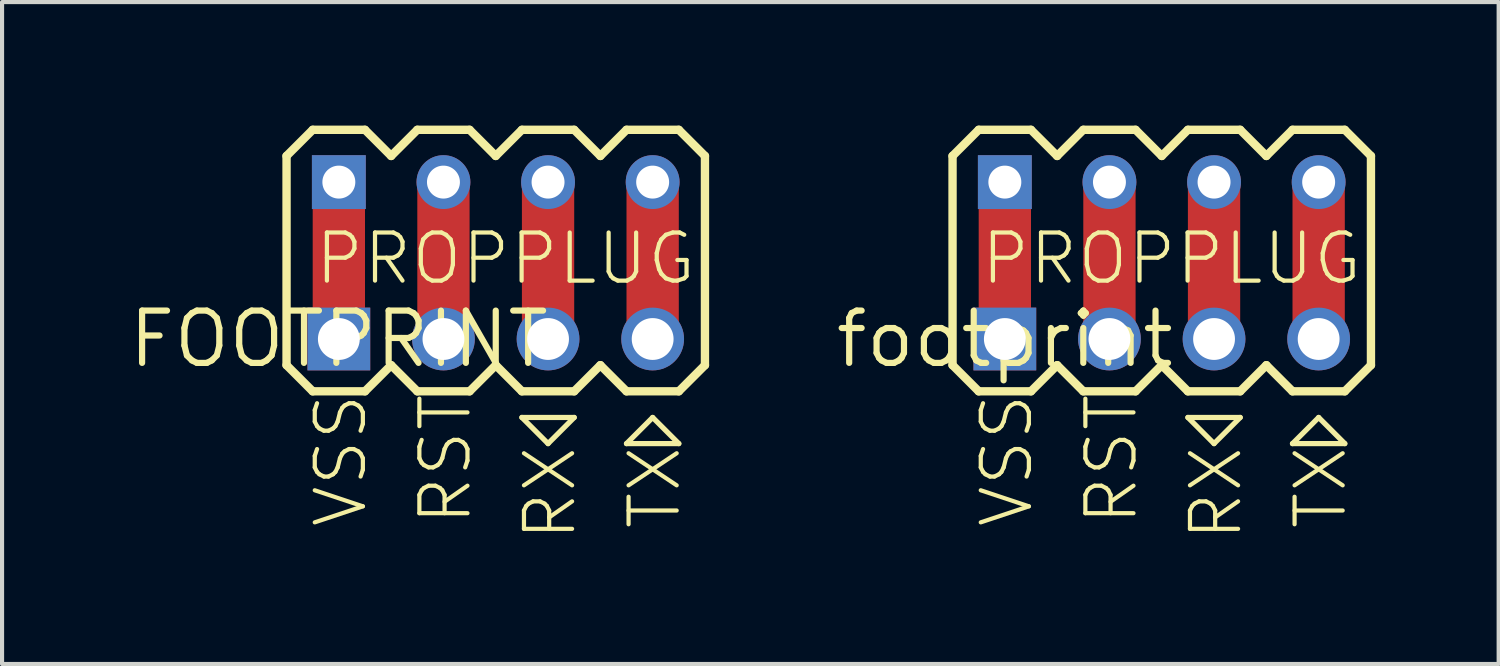
<source format=kicad_pcb>
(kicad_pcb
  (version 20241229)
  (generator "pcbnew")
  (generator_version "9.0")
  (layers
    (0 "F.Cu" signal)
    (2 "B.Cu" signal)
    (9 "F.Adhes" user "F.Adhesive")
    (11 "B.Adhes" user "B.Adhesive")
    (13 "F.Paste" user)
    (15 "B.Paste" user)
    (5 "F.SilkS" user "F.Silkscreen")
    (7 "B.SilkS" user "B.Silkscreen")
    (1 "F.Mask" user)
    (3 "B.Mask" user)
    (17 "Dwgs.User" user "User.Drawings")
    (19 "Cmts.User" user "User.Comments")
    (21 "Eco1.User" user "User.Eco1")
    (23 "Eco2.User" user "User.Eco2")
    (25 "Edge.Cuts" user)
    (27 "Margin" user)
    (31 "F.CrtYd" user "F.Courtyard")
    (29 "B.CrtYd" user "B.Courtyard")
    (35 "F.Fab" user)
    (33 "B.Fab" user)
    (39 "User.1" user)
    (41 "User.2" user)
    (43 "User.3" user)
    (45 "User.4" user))
  (footprint "footprint"
    (layer "F.Cu")
    (at 21.35 5.182)
    (property "Reference" "footprint" (at 0 0 0) (layer "F.SilkS") (effects (font (size 1.27 1.27) (thickness 0.15))))
    (fp_line (start 0 0) (end 0 -3.81) (stroke (width 1.27) (type solid)) (layer "F.Cu"))
    (fp_line (start 2.54 0) (end 2.54 -3.81) (stroke (width 1.27) (type solid)) (layer "F.Cu"))
    (fp_line (start 5.08 0) (end 5.08 -3.81) (stroke (width 1.27) (type solid)) (layer "F.Cu"))
    (fp_line (start 7.62 0) (end 7.62 -3.81) (stroke (width 1.27) (type solid)) (layer "F.Cu"))
    (fp_line (start -1.27 -4.445) (end -1.27 0.635) (stroke (width 0.203) (type solid)) (layer "F.SilkS"))
    (fp_line (start -1.27 0.635) (end -0.635 1.27) (stroke (width 0.203) (type solid)) (layer "F.SilkS"))
    (fp_line (start -0.635 -5.08) (end -1.27 -4.445) (stroke (width 0.203) (type solid)) (layer "F.SilkS"))
    (fp_line (start -0.635 -5.08) (end 0.635 -5.08) (stroke (width 0.203) (type solid)) (layer "F.SilkS"))
    (fp_line (start 0.635 -5.08) (end 1.27 -4.445) (stroke (width 0.203) (type solid)) (layer "F.SilkS"))
    (fp_line (start 0.635 1.27) (end -0.635 1.27) (stroke (width 0.203) (type solid)) (layer "F.SilkS"))
    (fp_line (start 1.27 -4.445) (end 1.905 -5.08) (stroke (width 0.203) (type solid)) (layer "F.SilkS"))
    (fp_line (start 1.27 0.635) (end 0.635 1.27) (stroke (width 0.203) (type solid)) (layer "F.SilkS"))
    (fp_line (start 1.905 -5.08) (end 3.175 -5.08) (stroke (width 0.203) (type solid)) (layer "F.SilkS"))
    (fp_line (start 1.905 1.27) (end 1.27 0.635) (stroke (width 0.203) (type solid)) (layer "F.SilkS"))
    (fp_line (start 3.175 -5.08) (end 3.81 -4.445) (stroke (width 0.203) (type solid)) (layer "F.SilkS"))
    (fp_line (start 3.175 1.27) (end 1.905 1.27) (stroke (width 0.203) (type solid)) (layer "F.SilkS"))
    (fp_line (start 3.81 -4.445) (end 4.445 -5.08) (stroke (width 0.203) (type solid)) (layer "F.SilkS"))
    (fp_line (start 3.81 0.635) (end 3.175 1.27) (stroke (width 0.203) (type solid)) (layer "F.SilkS"))
    (fp_line (start 4.445 -5.08) (end 5.715 -5.08) (stroke (width 0.203) (type solid)) (layer "F.SilkS"))
    (fp_line (start 4.445 1.27) (end 3.81 0.635) (stroke (width 0.203) (type solid)) (layer "F.SilkS"))
    (fp_line (start 4.445 1.905) (end 5.715 1.905) (stroke (width 0.127) (type solid)) (layer "F.SilkS"))
    (fp_line (start 5.08 2.54) (end 4.445 1.905) (stroke (width 0.127) (type solid)) (layer "F.SilkS"))
    (fp_line (start 5.715 -5.08) (end 6.35 -4.445) (stroke (width 0.203) (type solid)) (layer "F.SilkS"))
    (fp_line (start 5.715 1.27) (end 4.445 1.27) (stroke (width 0.203) (type solid)) (layer "F.SilkS"))
    (fp_line (start 5.715 1.905) (end 5.08 2.54) (stroke (width 0.127) (type solid)) (layer "F.SilkS"))
    (fp_line (start 6.35 0.635) (end 5.715 1.27) (stroke (width 0.203) (type solid)) (layer "F.SilkS"))
    (fp_line (start 6.35 0.635) (end 6.985 1.27) (stroke (width 0.203) (type solid)) (layer "F.SilkS"))
    (fp_line (start 6.985 -5.08) (end 6.35 -4.445) (stroke (width 0.203) (type solid)) (layer "F.SilkS"))
    (fp_line (start 6.985 -5.08) (end 8.255 -5.08) (stroke (width 0.203) (type solid)) (layer "F.SilkS"))
    (fp_line (start 6.985 2.54) (end 8.255 2.54) (stroke (width 0.127) (type solid)) (layer "F.SilkS"))
    (fp_line (start 7.62 1.905) (end 6.985 2.54) (stroke (width 0.127) (type solid)) (layer "F.SilkS"))
    (fp_line (start 8.255 -5.08) (end 8.89 -4.445) (stroke (width 0.203) (type solid)) (layer "F.SilkS"))
    (fp_line (start 8.255 1.27) (end 6.985 1.27) (stroke (width 0.203) (type solid)) (layer "F.SilkS"))
    (fp_line (start 8.255 2.54) (end 7.62 1.905) (stroke (width 0.127) (type solid)) (layer "F.SilkS"))
    (fp_line (start 8.89 -4.445) (end 8.89 0.635) (stroke (width 0.203) (type solid)) (layer "F.SilkS"))
    (fp_line (start 8.89 0.635) (end 8.255 1.27) (stroke (width 0.203) (type solid)) (layer "F.SilkS"))
    (fp_poly (pts (xy -0.254 0.254) (xy 0.254 0.254) (xy 0.254 -0.254) (xy -0.254 -0.254)) (stroke (width 0.1) (type solid)) (fill no) (layer "F.Fab"))
    (fp_poly (pts (xy 2.286 0.254) (xy 2.794 0.254) (xy 2.794 -0.254) (xy 2.286 -0.254)) (stroke (width 0.1) (type solid)) (fill no) (layer "F.Fab"))
    (fp_poly (pts (xy 4.826 0.254) (xy 5.334 0.254) (xy 5.334 -0.254) (xy 4.826 -0.254)) (stroke (width 0.1) (type solid)) (fill no) (layer "F.Fab"))
    (fp_poly (pts (xy 7.366 0.254) (xy 7.874 0.254) (xy 7.874 -0.254) (xy 7.366 -0.254)) (stroke (width 0.1) (type solid)) (fill no) (layer "F.Fab"))
    (fp_text user "PROPPLUG" (at -0.635 -1.27 0) (layer "F.SilkS") (effects (font (size 1.168 1.168) (thickness 0.102)) (justify left bottom)))
    (fp_text user "RX" (at 4.445 2.54 90) (layer "F.SilkS") (effects (font (size 1.168 1.168) (thickness 0.102)) (justify right top)))
    (fp_text user "TX" (at 6.985 2.54 90) (layer "F.SilkS") (effects (font (size 1.168 1.168) (thickness 0.102)) (justify right top)))
    (fp_text user "VSS" (at -0.635 1.27 90) (layer "F.SilkS") (effects (font (size 1.168 1.168) (thickness 0.102)) (justify right top)))
    (fp_text user "RST" (at 1.905 1.27 90) (layer "F.SilkS") (effects (font (size 1.168 1.168) (thickness 0.102)) (justify right top)))
    (pad "GND" thru_hole rect (at 0 0 90) (size 1.524 1.524) (drill 1.016) (layers "*.Cu" "*.Mask"))
    (pad "P$1" thru_hole rect (at 0 -3.81) (size 1.308 1.308) (drill 0.8) (layers "*.Cu" "*.Mask"))
    (pad "P$2" thru_hole circle (at 2.54 -3.81) (size 1.308 1.308) (drill 0.8) (layers "*.Cu" "*.Mask"))
    (pad "P$3" thru_hole circle (at 5.08 -3.81) (size 1.308 1.308) (drill 0.8) (layers "*.Cu" "*.Mask"))
    (pad "P$4" thru_hole circle (at 7.62 -3.81) (size 1.308 1.308) (drill 0.8) (layers "*.Cu" "*.Mask"))
    (pad "RST" thru_hole circle (at 2.54 0 90) (size 1.524 1.524) (drill 1.016) (layers "*.Cu" "*.Mask"))
    (pad "RX" thru_hole circle (at 5.08 0 90) (size 1.524 1.524) (drill 1.016) (layers "*.Cu" "*.Mask"))
    (pad "TX" thru_hole circle (at 7.62 0 90) (size 1.524 1.524) (drill 1.016) (layers "*.Cu" "*.Mask")))
  (footprint "FOOTPRINT"
    (layer "F.Cu")
    (at 5.178 5.182)
    (property "Reference" "FOOTPRINT" (at 0 0 0) (layer "F.SilkS") (effects (font (size 1.27 1.27) (thickness 0.15))))
    (fp_line (start 0 0) (end 0 -3.81) (stroke (width 1.27) (type solid)) (layer "F.Cu"))
    (fp_line (start 2.54 0) (end 2.54 -3.81) (stroke (width 1.27) (type solid)) (layer "F.Cu"))
    (fp_line (start 5.08 0) (end 5.08 -3.81) (stroke (width 1.27) (type solid)) (layer "F.Cu"))
    (fp_line (start 7.62 0) (end 7.62 -3.81) (stroke (width 1.27) (type solid)) (layer "F.Cu"))
    (fp_line (start -1.27 -4.445) (end -1.27 0.635) (stroke (width 0.203) (type solid)) (layer "F.SilkS"))
    (fp_line (start -1.27 0.635) (end -0.635 1.27) (stroke (width 0.203) (type solid)) (layer "F.SilkS"))
    (fp_line (start -0.635 -5.08) (end -1.27 -4.445) (stroke (width 0.203) (type solid)) (layer "F.SilkS"))
    (fp_line (start -0.635 -5.08) (end 0.635 -5.08) (stroke (width 0.203) (type solid)) (layer "F.SilkS"))
    (fp_line (start 0.635 -5.08) (end 1.27 -4.445) (stroke (width 0.203) (type solid)) (layer "F.SilkS"))
    (fp_line (start 0.635 1.27) (end -0.635 1.27) (stroke (width 0.203) (type solid)) (layer "F.SilkS"))
    (fp_line (start 1.27 -4.445) (end 1.905 -5.08) (stroke (width 0.203) (type solid)) (layer "F.SilkS"))
    (fp_line (start 1.27 0.635) (end 0.635 1.27) (stroke (width 0.203) (type solid)) (layer "F.SilkS"))
    (fp_line (start 1.905 -5.08) (end 3.175 -5.08) (stroke (width 0.203) (type solid)) (layer "F.SilkS"))
    (fp_line (start 1.905 1.27) (end 1.27 0.635) (stroke (width 0.203) (type solid)) (layer "F.SilkS"))
    (fp_line (start 3.175 -5.08) (end 3.81 -4.445) (stroke (width 0.203) (type solid)) (layer "F.SilkS"))
    (fp_line (start 3.175 1.27) (end 1.905 1.27) (stroke (width 0.203) (type solid)) (layer "F.SilkS"))
    (fp_line (start 3.81 -4.445) (end 4.445 -5.08) (stroke (width 0.203) (type solid)) (layer "F.SilkS"))
    (fp_line (start 3.81 0.635) (end 3.175 1.27) (stroke (width 0.203) (type solid)) (layer "F.SilkS"))
    (fp_line (start 4.445 -5.08) (end 5.715 -5.08) (stroke (width 0.203) (type solid)) (layer "F.SilkS"))
    (fp_line (start 4.445 1.27) (end 3.81 0.635) (stroke (width 0.203) (type solid)) (layer "F.SilkS"))
    (fp_line (start 4.445 1.905) (end 5.715 1.905) (stroke (width 0.127) (type solid)) (layer "F.SilkS"))
    (fp_line (start 5.08 2.54) (end 4.445 1.905) (stroke (width 0.127) (type solid)) (layer "F.SilkS"))
    (fp_line (start 5.715 -5.08) (end 6.35 -4.445) (stroke (width 0.203) (type solid)) (layer "F.SilkS"))
    (fp_line (start 5.715 1.27) (end 4.445 1.27) (stroke (width 0.203) (type solid)) (layer "F.SilkS"))
    (fp_line (start 5.715 1.905) (end 5.08 2.54) (stroke (width 0.127) (type solid)) (layer "F.SilkS"))
    (fp_line (start 6.35 0.635) (end 5.715 1.27) (stroke (width 0.203) (type solid)) (layer "F.SilkS"))
    (fp_line (start 6.35 0.635) (end 6.985 1.27) (stroke (width 0.203) (type solid)) (layer "F.SilkS"))
    (fp_line (start 6.985 -5.08) (end 6.35 -4.445) (stroke (width 0.203) (type solid)) (layer "F.SilkS"))
    (fp_line (start 6.985 -5.08) (end 8.255 -5.08) (stroke (width 0.203) (type solid)) (layer "F.SilkS"))
    (fp_line (start 6.985 2.54) (end 8.255 2.54) (stroke (width 0.127) (type solid)) (layer "F.SilkS"))
    (fp_line (start 7.62 1.905) (end 6.985 2.54) (stroke (width 0.127) (type solid)) (layer "F.SilkS"))
    (fp_line (start 8.255 -5.08) (end 8.89 -4.445) (stroke (width 0.203) (type solid)) (layer "F.SilkS"))
    (fp_line (start 8.255 1.27) (end 6.985 1.27) (stroke (width 0.203) (type solid)) (layer "F.SilkS"))
    (fp_line (start 8.255 2.54) (end 7.62 1.905) (stroke (width 0.127) (type solid)) (layer "F.SilkS"))
    (fp_line (start 8.89 -4.445) (end 8.89 0.635) (stroke (width 0.203) (type solid)) (layer "F.SilkS"))
    (fp_line (start 8.89 0.635) (end 8.255 1.27) (stroke (width 0.203) (type solid)) (layer "F.SilkS"))
    (fp_poly (pts (xy -0.254 0.254) (xy 0.254 0.254) (xy 0.254 -0.254) (xy -0.254 -0.254)) (stroke (width 0.1) (type solid)) (fill no) (layer "F.Fab"))
    (fp_poly (pts (xy 2.286 0.254) (xy 2.794 0.254) (xy 2.794 -0.254) (xy 2.286 -0.254)) (stroke (width 0.1) (type solid)) (fill no) (layer "F.Fab"))
    (fp_poly (pts (xy 4.826 0.254) (xy 5.334 0.254) (xy 5.334 -0.254) (xy 4.826 -0.254)) (stroke (width 0.1) (type solid)) (fill no) (layer "F.Fab"))
    (fp_poly (pts (xy 7.366 0.254) (xy 7.874 0.254) (xy 7.874 -0.254) (xy 7.366 -0.254)) (stroke (width 0.1) (type solid)) (fill no) (layer "F.Fab"))
    (fp_text user "VSS" (at -0.635 1.27 90) (layer "F.SilkS") (effects (font (size 1.168 1.168) (thickness 0.102)) (justify right top)))
    (fp_text user "PROPPLUG" (at -0.635 -1.27 0) (layer "F.SilkS") (effects (font (size 1.168 1.168) (thickness 0.102)) (justify left bottom)))
    (fp_text user "TX" (at 6.985 2.54 90) (layer "F.SilkS") (effects (font (size 1.168 1.168) (thickness 0.102)) (justify right top)))
    (fp_text user "RST" (at 1.905 1.27 90) (layer "F.SilkS") (effects (font (size 1.168 1.168) (thickness 0.102)) (justify right top)))
    (fp_text user "RX" (at 4.445 2.54 90) (layer "F.SilkS") (effects (font (size 1.168 1.168) (thickness 0.102)) (justify right top)))
    (pad "GND" thru_hole rect (at 0 0 90) (size 1.524 1.524) (drill 1.016) (layers "*.Cu" "*.Mask"))
    (pad "P$1" thru_hole rect (at 0 -3.81) (size 1.308 1.308) (drill 0.8) (layers "*.Cu" "*.Mask"))
    (pad "P$2" thru_hole circle (at 2.54 -3.81) (size 1.308 1.308) (drill 0.8) (layers "*.Cu" "*.Mask"))
    (pad "P$3" thru_hole circle (at 5.08 -3.81) (size 1.308 1.308) (drill 0.8) (layers "*.Cu" "*.Mask"))
    (pad "P$4" thru_hole circle (at 7.62 -3.81) (size 1.308 1.308) (drill 0.8) (layers "*.Cu" "*.Mask"))
    (pad "RST" thru_hole circle (at 2.54 0 90) (size 1.524 1.524) (drill 1.016) (layers "*.Cu" "*.Mask"))
    (pad "RX" thru_hole circle (at 5.08 0 90) (size 1.524 1.524) (drill 1.016) (layers "*.Cu" "*.Mask"))
    (pad "TX" thru_hole circle (at 7.62 0 90) (size 1.524 1.524) (drill 1.016) (layers "*.Cu" "*.Mask")))
  (gr_rect
    (start -3 -3)
    (end 33.341 13.074)
    (stroke (width 0.1) (type default))
    (fill no)
    (layer "Edge.Cuts")))
</source>
